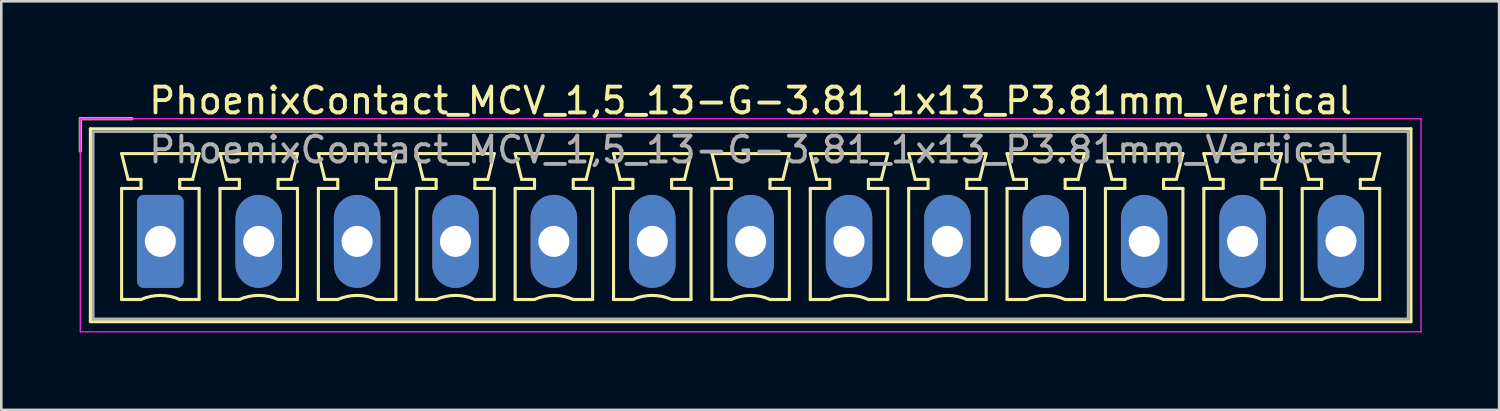
<source format=kicad_pcb>
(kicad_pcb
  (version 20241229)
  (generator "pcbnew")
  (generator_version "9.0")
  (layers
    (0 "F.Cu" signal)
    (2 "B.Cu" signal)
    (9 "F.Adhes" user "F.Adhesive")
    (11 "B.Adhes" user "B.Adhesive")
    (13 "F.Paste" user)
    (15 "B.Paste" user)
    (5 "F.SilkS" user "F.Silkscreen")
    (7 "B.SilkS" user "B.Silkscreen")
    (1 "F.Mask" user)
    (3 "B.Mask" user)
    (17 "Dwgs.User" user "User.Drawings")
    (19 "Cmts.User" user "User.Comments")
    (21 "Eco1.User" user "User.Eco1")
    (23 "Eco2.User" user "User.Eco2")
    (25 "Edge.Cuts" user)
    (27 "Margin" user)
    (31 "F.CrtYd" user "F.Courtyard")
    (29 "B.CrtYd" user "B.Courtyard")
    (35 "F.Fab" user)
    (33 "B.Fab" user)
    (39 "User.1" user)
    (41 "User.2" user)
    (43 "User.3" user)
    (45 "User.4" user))
  (footprint "PhoenixContact_MCV_1,5_13-G-3.81_1x13_P3.81mm_Vertical"
    (layer "F.Cu")
    (at 3.16 6.298)
    (property "Reference" "PhoenixContact_MCV_1,5_13-G-3.81_1x13_P3.81mm_Vertical" (at 22.86 -5.45 0) (layer "F.SilkS") (effects (font (size 1 1) (thickness 0.15))))
    (attr through_hole)
    (fp_line (start -3.1 -4.75) (end -1.1 -4.75) (stroke (width 0.12) (type solid)) (layer "F.SilkS"))
    (fp_line (start -3.1 -3.5) (end -3.1 -4.75) (stroke (width 0.12) (type solid)) (layer "F.SilkS"))
    (fp_line (start -2.71 -4.36) (end -2.71 3.11) (stroke (width 0.12) (type solid)) (layer "F.SilkS"))
    (fp_line (start -2.71 3.11) (end 48.43 3.11) (stroke (width 0.12) (type solid)) (layer "F.SilkS"))
    (fp_line (start -1.5 -3.4) (end 1.5 -3.4) (stroke (width 0.12) (type solid)) (layer "F.SilkS"))
    (fp_line (start -1.5 -2.05) (end -0.75 -2.05) (stroke (width 0.12) (type solid)) (layer "F.SilkS"))
    (fp_line (start -1.5 2.25) (end -1.5 -2.05) (stroke (width 0.12) (type solid)) (layer "F.SilkS"))
    (fp_line (start -1.25 -2.4) (end -1.5 -3.4) (stroke (width 0.12) (type solid)) (layer "F.SilkS"))
    (fp_line (start -0.75 -2.4) (end -1.25 -2.4) (stroke (width 0.12) (type solid)) (layer "F.SilkS"))
    (fp_line (start -0.75 -2.05) (end -0.75 -2.4) (stroke (width 0.12) (type solid)) (layer "F.SilkS"))
    (fp_line (start -0.75 2.25) (end -1.5 2.25) (stroke (width 0.12) (type solid)) (layer "F.SilkS"))
    (fp_line (start 0.75 -2.4) (end 0.75 -2.05) (stroke (width 0.12) (type solid)) (layer "F.SilkS"))
    (fp_line (start 0.75 -2.05) (end 1.5 -2.05) (stroke (width 0.12) (type solid)) (layer "F.SilkS"))
    (fp_line (start 1.25 -2.4) (end 0.75 -2.4) (stroke (width 0.12) (type solid)) (layer "F.SilkS"))
    (fp_line (start 1.5 -3.4) (end 1.25 -2.4) (stroke (width 0.12) (type solid)) (layer "F.SilkS"))
    (fp_line (start 1.5 -2.05) (end 1.5 2.25) (stroke (width 0.12) (type solid)) (layer "F.SilkS"))
    (fp_line (start 1.5 2.25) (end 0.75 2.25) (stroke (width 0.12) (type solid)) (layer "F.SilkS"))
    (fp_line (start 2.31 -3.4) (end 5.31 -3.4) (stroke (width 0.12) (type solid)) (layer "F.SilkS"))
    (fp_line (start 2.31 -2.05) (end 3.06 -2.05) (stroke (width 0.12) (type solid)) (layer "F.SilkS"))
    (fp_line (start 2.31 2.25) (end 2.31 -2.05) (stroke (width 0.12) (type solid)) (layer "F.SilkS"))
    (fp_line (start 2.56 -2.4) (end 2.31 -3.4) (stroke (width 0.12) (type solid)) (layer "F.SilkS"))
    (fp_line (start 3.06 -2.4) (end 2.56 -2.4) (stroke (width 0.12) (type solid)) (layer "F.SilkS"))
    (fp_line (start 3.06 -2.05) (end 3.06 -2.4) (stroke (width 0.12) (type solid)) (layer "F.SilkS"))
    (fp_line (start 3.06 2.25) (end 2.31 2.25) (stroke (width 0.12) (type solid)) (layer "F.SilkS"))
    (fp_line (start 4.56 -2.4) (end 4.56 -2.05) (stroke (width 0.12) (type solid)) (layer "F.SilkS"))
    (fp_line (start 4.56 -2.05) (end 5.31 -2.05) (stroke (width 0.12) (type solid)) (layer "F.SilkS"))
    (fp_line (start 5.06 -2.4) (end 4.56 -2.4) (stroke (width 0.12) (type solid)) (layer "F.SilkS"))
    (fp_line (start 5.31 -3.4) (end 5.06 -2.4) (stroke (width 0.12) (type solid)) (layer "F.SilkS"))
    (fp_line (start 5.31 -2.05) (end 5.31 2.25) (stroke (width 0.12) (type solid)) (layer "F.SilkS"))
    (fp_line (start 5.31 2.25) (end 4.56 2.25) (stroke (width 0.12) (type solid)) (layer "F.SilkS"))
    (fp_line (start 6.12 -3.4) (end 9.12 -3.4) (stroke (width 0.12) (type solid)) (layer "F.SilkS"))
    (fp_line (start 6.12 -2.05) (end 6.87 -2.05) (stroke (width 0.12) (type solid)) (layer "F.SilkS"))
    (fp_line (start 6.12 2.25) (end 6.12 -2.05) (stroke (width 0.12) (type solid)) (layer "F.SilkS"))
    (fp_line (start 6.37 -2.4) (end 6.12 -3.4) (stroke (width 0.12) (type solid)) (layer "F.SilkS"))
    (fp_line (start 6.87 -2.4) (end 6.37 -2.4) (stroke (width 0.12) (type solid)) (layer "F.SilkS"))
    (fp_line (start 6.87 -2.05) (end 6.87 -2.4) (stroke (width 0.12) (type solid)) (layer "F.SilkS"))
    (fp_line (start 6.87 2.25) (end 6.12 2.25) (stroke (width 0.12) (type solid)) (layer "F.SilkS"))
    (fp_line (start 8.37 -2.4) (end 8.37 -2.05) (stroke (width 0.12) (type solid)) (layer "F.SilkS"))
    (fp_line (start 8.37 -2.05) (end 9.12 -2.05) (stroke (width 0.12) (type solid)) (layer "F.SilkS"))
    (fp_line (start 8.87 -2.4) (end 8.37 -2.4) (stroke (width 0.12) (type solid)) (layer "F.SilkS"))
    (fp_line (start 9.12 -3.4) (end 8.87 -2.4) (stroke (width 0.12) (type solid)) (layer "F.SilkS"))
    (fp_line (start 9.12 -2.05) (end 9.12 2.25) (stroke (width 0.12) (type solid)) (layer "F.SilkS"))
    (fp_line (start 9.12 2.25) (end 8.37 2.25) (stroke (width 0.12) (type solid)) (layer "F.SilkS"))
    (fp_line (start 9.93 -3.4) (end 12.93 -3.4) (stroke (width 0.12) (type solid)) (layer "F.SilkS"))
    (fp_line (start 9.93 -2.05) (end 10.68 -2.05) (stroke (width 0.12) (type solid)) (layer "F.SilkS"))
    (fp_line (start 9.93 2.25) (end 9.93 -2.05) (stroke (width 0.12) (type solid)) (layer "F.SilkS"))
    (fp_line (start 10.18 -2.4) (end 9.93 -3.4) (stroke (width 0.12) (type solid)) (layer "F.SilkS"))
    (fp_line (start 10.68 -2.4) (end 10.18 -2.4) (stroke (width 0.12) (type solid)) (layer "F.SilkS"))
    (fp_line (start 10.68 -2.05) (end 10.68 -2.4) (stroke (width 0.12) (type solid)) (layer "F.SilkS"))
    (fp_line (start 10.68 2.25) (end 9.93 2.25) (stroke (width 0.12) (type solid)) (layer "F.SilkS"))
    (fp_line (start 12.18 -2.4) (end 12.18 -2.05) (stroke (width 0.12) (type solid)) (layer "F.SilkS"))
    (fp_line (start 12.18 -2.05) (end 12.93 -2.05) (stroke (width 0.12) (type solid)) (layer "F.SilkS"))
    (fp_line (start 12.68 -2.4) (end 12.18 -2.4) (stroke (width 0.12) (type solid)) (layer "F.SilkS"))
    (fp_line (start 12.93 -3.4) (end 12.68 -2.4) (stroke (width 0.12) (type solid)) (layer "F.SilkS"))
    (fp_line (start 12.93 -2.05) (end 12.93 2.25) (stroke (width 0.12) (type solid)) (layer "F.SilkS"))
    (fp_line (start 12.93 2.25) (end 12.18 2.25) (stroke (width 0.12) (type solid)) (layer "F.SilkS"))
    (fp_line (start 13.74 -3.4) (end 16.74 -3.4) (stroke (width 0.12) (type solid)) (layer "F.SilkS"))
    (fp_line (start 13.74 -2.05) (end 14.49 -2.05) (stroke (width 0.12) (type solid)) (layer "F.SilkS"))
    (fp_line (start 13.74 2.25) (end 13.74 -2.05) (stroke (width 0.12) (type solid)) (layer "F.SilkS"))
    (fp_line (start 13.99 -2.4) (end 13.74 -3.4) (stroke (width 0.12) (type solid)) (layer "F.SilkS"))
    (fp_line (start 14.49 -2.4) (end 13.99 -2.4) (stroke (width 0.12) (type solid)) (layer "F.SilkS"))
    (fp_line (start 14.49 -2.05) (end 14.49 -2.4) (stroke (width 0.12) (type solid)) (layer "F.SilkS"))
    (fp_line (start 14.49 2.25) (end 13.74 2.25) (stroke (width 0.12) (type solid)) (layer "F.SilkS"))
    (fp_line (start 15.99 -2.4) (end 15.99 -2.05) (stroke (width 0.12) (type solid)) (layer "F.SilkS"))
    (fp_line (start 15.99 -2.05) (end 16.74 -2.05) (stroke (width 0.12) (type solid)) (layer "F.SilkS"))
    (fp_line (start 16.49 -2.4) (end 15.99 -2.4) (stroke (width 0.12) (type solid)) (layer "F.SilkS"))
    (fp_line (start 16.74 -3.4) (end 16.49 -2.4) (stroke (width 0.12) (type solid)) (layer "F.SilkS"))
    (fp_line (start 16.74 -2.05) (end 16.74 2.25) (stroke (width 0.12) (type solid)) (layer "F.SilkS"))
    (fp_line (start 16.74 2.25) (end 15.99 2.25) (stroke (width 0.12) (type solid)) (layer "F.SilkS"))
    (fp_line (start 17.55 -3.4) (end 20.55 -3.4) (stroke (width 0.12) (type solid)) (layer "F.SilkS"))
    (fp_line (start 17.55 -2.05) (end 18.3 -2.05) (stroke (width 0.12) (type solid)) (layer "F.SilkS"))
    (fp_line (start 17.55 2.25) (end 17.55 -2.05) (stroke (width 0.12) (type solid)) (layer "F.SilkS"))
    (fp_line (start 17.8 -2.4) (end 17.55 -3.4) (stroke (width 0.12) (type solid)) (layer "F.SilkS"))
    (fp_line (start 18.3 -2.4) (end 17.8 -2.4) (stroke (width 0.12) (type solid)) (layer "F.SilkS"))
    (fp_line (start 18.3 -2.05) (end 18.3 -2.4) (stroke (width 0.12) (type solid)) (layer "F.SilkS"))
    (fp_line (start 18.3 2.25) (end 17.55 2.25) (stroke (width 0.12) (type solid)) (layer "F.SilkS"))
    (fp_line (start 19.8 -2.4) (end 19.8 -2.05) (stroke (width 0.12) (type solid)) (layer "F.SilkS"))
    (fp_line (start 19.8 -2.05) (end 20.55 -2.05) (stroke (width 0.12) (type solid)) (layer "F.SilkS"))
    (fp_line (start 20.3 -2.4) (end 19.8 -2.4) (stroke (width 0.12) (type solid)) (layer "F.SilkS"))
    (fp_line (start 20.55 -3.4) (end 20.3 -2.4) (stroke (width 0.12) (type solid)) (layer "F.SilkS"))
    (fp_line (start 20.55 -2.05) (end 20.55 2.25) (stroke (width 0.12) (type solid)) (layer "F.SilkS"))
    (fp_line (start 20.55 2.25) (end 19.8 2.25) (stroke (width 0.12) (type solid)) (layer "F.SilkS"))
    (fp_line (start 21.36 -3.4) (end 24.36 -3.4) (stroke (width 0.12) (type solid)) (layer "F.SilkS"))
    (fp_line (start 21.36 -2.05) (end 22.11 -2.05) (stroke (width 0.12) (type solid)) (layer "F.SilkS"))
    (fp_line (start 21.36 2.25) (end 21.36 -2.05) (stroke (width 0.12) (type solid)) (layer "F.SilkS"))
    (fp_line (start 21.61 -2.4) (end 21.36 -3.4) (stroke (width 0.12) (type solid)) (layer "F.SilkS"))
    (fp_line (start 22.11 -2.4) (end 21.61 -2.4) (stroke (width 0.12) (type solid)) (layer "F.SilkS"))
    (fp_line (start 22.11 -2.05) (end 22.11 -2.4) (stroke (width 0.12) (type solid)) (layer "F.SilkS"))
    (fp_line (start 22.11 2.25) (end 21.36 2.25) (stroke (width 0.12) (type solid)) (layer "F.SilkS"))
    (fp_line (start 23.61 -2.4) (end 23.61 -2.05) (stroke (width 0.12) (type solid)) (layer "F.SilkS"))
    (fp_line (start 23.61 -2.05) (end 24.36 -2.05) (stroke (width 0.12) (type solid)) (layer "F.SilkS"))
    (fp_line (start 24.11 -2.4) (end 23.61 -2.4) (stroke (width 0.12) (type solid)) (layer "F.SilkS"))
    (fp_line (start 24.36 -3.4) (end 24.11 -2.4) (stroke (width 0.12) (type solid)) (layer "F.SilkS"))
    (fp_line (start 24.36 -2.05) (end 24.36 2.25) (stroke (width 0.12) (type solid)) (layer "F.SilkS"))
    (fp_line (start 24.36 2.25) (end 23.61 2.25) (stroke (width 0.12) (type solid)) (layer "F.SilkS"))
    (fp_line (start 25.17 -3.4) (end 28.17 -3.4) (stroke (width 0.12) (type solid)) (layer "F.SilkS"))
    (fp_line (start 25.17 -2.05) (end 25.92 -2.05) (stroke (width 0.12) (type solid)) (layer "F.SilkS"))
    (fp_line (start 25.17 2.25) (end 25.17 -2.05) (stroke (width 0.12) (type solid)) (layer "F.SilkS"))
    (fp_line (start 25.42 -2.4) (end 25.17 -3.4) (stroke (width 0.12) (type solid)) (layer "F.SilkS"))
    (fp_line (start 25.92 -2.4) (end 25.42 -2.4) (stroke (width 0.12) (type solid)) (layer "F.SilkS"))
    (fp_line (start 25.92 -2.05) (end 25.92 -2.4) (stroke (width 0.12) (type solid)) (layer "F.SilkS"))
    (fp_line (start 25.92 2.25) (end 25.17 2.25) (stroke (width 0.12) (type solid)) (layer "F.SilkS"))
    (fp_line (start 27.42 -2.4) (end 27.42 -2.05) (stroke (width 0.12) (type solid)) (layer "F.SilkS"))
    (fp_line (start 27.42 -2.05) (end 28.17 -2.05) (stroke (width 0.12) (type solid)) (layer "F.SilkS"))
    (fp_line (start 27.92 -2.4) (end 27.42 -2.4) (stroke (width 0.12) (type solid)) (layer "F.SilkS"))
    (fp_line (start 28.17 -3.4) (end 27.92 -2.4) (stroke (width 0.12) (type solid)) (layer "F.SilkS"))
    (fp_line (start 28.17 -2.05) (end 28.17 2.25) (stroke (width 0.12) (type solid)) (layer "F.SilkS"))
    (fp_line (start 28.17 2.25) (end 27.42 2.25) (stroke (width 0.12) (type solid)) (layer "F.SilkS"))
    (fp_line (start 28.98 -3.4) (end 31.98 -3.4) (stroke (width 0.12) (type solid)) (layer "F.SilkS"))
    (fp_line (start 28.98 -2.05) (end 29.73 -2.05) (stroke (width 0.12) (type solid)) (layer "F.SilkS"))
    (fp_line (start 28.98 2.25) (end 28.98 -2.05) (stroke (width 0.12) (type solid)) (layer "F.SilkS"))
    (fp_line (start 29.23 -2.4) (end 28.98 -3.4) (stroke (width 0.12) (type solid)) (layer "F.SilkS"))
    (fp_line (start 29.73 -2.4) (end 29.23 -2.4) (stroke (width 0.12) (type solid)) (layer "F.SilkS"))
    (fp_line (start 29.73 -2.05) (end 29.73 -2.4) (stroke (width 0.12) (type solid)) (layer "F.SilkS"))
    (fp_line (start 29.73 2.25) (end 28.98 2.25) (stroke (width 0.12) (type solid)) (layer "F.SilkS"))
    (fp_line (start 31.23 -2.4) (end 31.23 -2.05) (stroke (width 0.12) (type solid)) (layer "F.SilkS"))
    (fp_line (start 31.23 -2.05) (end 31.98 -2.05) (stroke (width 0.12) (type solid)) (layer "F.SilkS"))
    (fp_line (start 31.73 -2.4) (end 31.23 -2.4) (stroke (width 0.12) (type solid)) (layer "F.SilkS"))
    (fp_line (start 31.98 -3.4) (end 31.73 -2.4) (stroke (width 0.12) (type solid)) (layer "F.SilkS"))
    (fp_line (start 31.98 -2.05) (end 31.98 2.25) (stroke (width 0.12) (type solid)) (layer "F.SilkS"))
    (fp_line (start 31.98 2.25) (end 31.23 2.25) (stroke (width 0.12) (type solid)) (layer "F.SilkS"))
    (fp_line (start 32.79 -3.4) (end 35.79 -3.4) (stroke (width 0.12) (type solid)) (layer "F.SilkS"))
    (fp_line (start 32.79 -2.05) (end 33.54 -2.05) (stroke (width 0.12) (type solid)) (layer "F.SilkS"))
    (fp_line (start 32.79 2.25) (end 32.79 -2.05) (stroke (width 0.12) (type solid)) (layer "F.SilkS"))
    (fp_line (start 33.04 -2.4) (end 32.79 -3.4) (stroke (width 0.12) (type solid)) (layer "F.SilkS"))
    (fp_line (start 33.54 -2.4) (end 33.04 -2.4) (stroke (width 0.12) (type solid)) (layer "F.SilkS"))
    (fp_line (start 33.54 -2.05) (end 33.54 -2.4) (stroke (width 0.12) (type solid)) (layer "F.SilkS"))
    (fp_line (start 33.54 2.25) (end 32.79 2.25) (stroke (width 0.12) (type solid)) (layer "F.SilkS"))
    (fp_line (start 35.04 -2.4) (end 35.04 -2.05) (stroke (width 0.12) (type solid)) (layer "F.SilkS"))
    (fp_line (start 35.04 -2.05) (end 35.79 -2.05) (stroke (width 0.12) (type solid)) (layer "F.SilkS"))
    (fp_line (start 35.54 -2.4) (end 35.04 -2.4) (stroke (width 0.12) (type solid)) (layer "F.SilkS"))
    (fp_line (start 35.79 -3.4) (end 35.54 -2.4) (stroke (width 0.12) (type solid)) (layer "F.SilkS"))
    (fp_line (start 35.79 -2.05) (end 35.79 2.25) (stroke (width 0.12) (type solid)) (layer "F.SilkS"))
    (fp_line (start 35.79 2.25) (end 35.04 2.25) (stroke (width 0.12) (type solid)) (layer "F.SilkS"))
    (fp_line (start 36.6 -3.4) (end 39.6 -3.4) (stroke (width 0.12) (type solid)) (layer "F.SilkS"))
    (fp_line (start 36.6 -2.05) (end 37.35 -2.05) (stroke (width 0.12) (type solid)) (layer "F.SilkS"))
    (fp_line (start 36.6 2.25) (end 36.6 -2.05) (stroke (width 0.12) (type solid)) (layer "F.SilkS"))
    (fp_line (start 36.85 -2.4) (end 36.6 -3.4) (stroke (width 0.12) (type solid)) (layer "F.SilkS"))
    (fp_line (start 37.35 -2.4) (end 36.85 -2.4) (stroke (width 0.12) (type solid)) (layer "F.SilkS"))
    (fp_line (start 37.35 -2.05) (end 37.35 -2.4) (stroke (width 0.12) (type solid)) (layer "F.SilkS"))
    (fp_line (start 37.35 2.25) (end 36.6 2.25) (stroke (width 0.12) (type solid)) (layer "F.SilkS"))
    (fp_line (start 38.85 -2.4) (end 38.85 -2.05) (stroke (width 0.12) (type solid)) (layer "F.SilkS"))
    (fp_line (start 38.85 -2.05) (end 39.6 -2.05) (stroke (width 0.12) (type solid)) (layer "F.SilkS"))
    (fp_line (start 39.35 -2.4) (end 38.85 -2.4) (stroke (width 0.12) (type solid)) (layer "F.SilkS"))
    (fp_line (start 39.6 -3.4) (end 39.35 -2.4) (stroke (width 0.12) (type solid)) (layer "F.SilkS"))
    (fp_line (start 39.6 -2.05) (end 39.6 2.25) (stroke (width 0.12) (type solid)) (layer "F.SilkS"))
    (fp_line (start 39.6 2.25) (end 38.85 2.25) (stroke (width 0.12) (type solid)) (layer "F.SilkS"))
    (fp_line (start 40.41 -3.4) (end 43.41 -3.4) (stroke (width 0.12) (type solid)) (layer "F.SilkS"))
    (fp_line (start 40.41 -2.05) (end 41.16 -2.05) (stroke (width 0.12) (type solid)) (layer "F.SilkS"))
    (fp_line (start 40.41 2.25) (end 40.41 -2.05) (stroke (width 0.12) (type solid)) (layer "F.SilkS"))
    (fp_line (start 40.66 -2.4) (end 40.41 -3.4) (stroke (width 0.12) (type solid)) (layer "F.SilkS"))
    (fp_line (start 41.16 -2.4) (end 40.66 -2.4) (stroke (width 0.12) (type solid)) (layer "F.SilkS"))
    (fp_line (start 41.16 -2.05) (end 41.16 -2.4) (stroke (width 0.12) (type solid)) (layer "F.SilkS"))
    (fp_line (start 41.16 2.25) (end 40.41 2.25) (stroke (width 0.12) (type solid)) (layer "F.SilkS"))
    (fp_line (start 42.66 -2.4) (end 42.66 -2.05) (stroke (width 0.12) (type solid)) (layer "F.SilkS"))
    (fp_line (start 42.66 -2.05) (end 43.41 -2.05) (stroke (width 0.12) (type solid)) (layer "F.SilkS"))
    (fp_line (start 43.16 -2.4) (end 42.66 -2.4) (stroke (width 0.12) (type solid)) (layer "F.SilkS"))
    (fp_line (start 43.41 -3.4) (end 43.16 -2.4) (stroke (width 0.12) (type solid)) (layer "F.SilkS"))
    (fp_line (start 43.41 -2.05) (end 43.41 2.25) (stroke (width 0.12) (type solid)) (layer "F.SilkS"))
    (fp_line (start 43.41 2.25) (end 42.66 2.25) (stroke (width 0.12) (type solid)) (layer "F.SilkS"))
    (fp_line (start 44.22 -3.4) (end 47.22 -3.4) (stroke (width 0.12) (type solid)) (layer "F.SilkS"))
    (fp_line (start 44.22 -2.05) (end 44.97 -2.05) (stroke (width 0.12) (type solid)) (layer "F.SilkS"))
    (fp_line (start 44.22 2.25) (end 44.22 -2.05) (stroke (width 0.12) (type solid)) (layer "F.SilkS"))
    (fp_line (start 44.47 -2.4) (end 44.22 -3.4) (stroke (width 0.12) (type solid)) (layer "F.SilkS"))
    (fp_line (start 44.97 -2.4) (end 44.47 -2.4) (stroke (width 0.12) (type solid)) (layer "F.SilkS"))
    (fp_line (start 44.97 -2.05) (end 44.97 -2.4) (stroke (width 0.12) (type solid)) (layer "F.SilkS"))
    (fp_line (start 44.97 2.25) (end 44.22 2.25) (stroke (width 0.12) (type solid)) (layer "F.SilkS"))
    (fp_line (start 46.47 -2.4) (end 46.47 -2.05) (stroke (width 0.12) (type solid)) (layer "F.SilkS"))
    (fp_line (start 46.47 -2.05) (end 47.22 -2.05) (stroke (width 0.12) (type solid)) (layer "F.SilkS"))
    (fp_line (start 46.97 -2.4) (end 46.47 -2.4) (stroke (width 0.12) (type solid)) (layer "F.SilkS"))
    (fp_line (start 47.22 -3.4) (end 46.97 -2.4) (stroke (width 0.12) (type solid)) (layer "F.SilkS"))
    (fp_line (start 47.22 -2.05) (end 47.22 2.25) (stroke (width 0.12) (type solid)) (layer "F.SilkS"))
    (fp_line (start 47.22 2.25) (end 46.47 2.25) (stroke (width 0.12) (type solid)) (layer "F.SilkS"))
    (fp_line (start 48.43 -4.36) (end -2.71 -4.36) (stroke (width 0.12) (type solid)) (layer "F.SilkS"))
    (fp_line (start 48.43 3.11) (end 48.43 -4.36) (stroke (width 0.12) (type solid)) (layer "F.SilkS"))
    (fp_arc (start -0.75 2.25) (mid -0.000193 2.09191) (end 0.749647 2.249844) (stroke (width 0.12) (type solid)) (layer "F.SilkS"))
    (fp_arc (start 3.06 2.25) (mid 3.809807 2.09191) (end 4.559647 2.249844) (stroke (width 0.12) (type solid)) (layer "F.SilkS"))
    (fp_arc (start 6.87 2.25) (mid 7.619807 2.09191) (end 8.369647 2.249844) (stroke (width 0.12) (type solid)) (layer "F.SilkS"))
    (fp_arc (start 10.68 2.25) (mid 11.429807 2.09191) (end 12.179647 2.249844) (stroke (width 0.12) (type solid)) (layer "F.SilkS"))
    (fp_arc (start 14.49 2.25) (mid 15.239807 2.09191) (end 15.989647 2.249844) (stroke (width 0.12) (type solid)) (layer "F.SilkS"))
    (fp_arc (start 18.3 2.25) (mid 19.049807 2.09191) (end 19.799647 2.249844) (stroke (width 0.12) (type solid)) (layer "F.SilkS"))
    (fp_arc (start 22.11 2.25) (mid 22.859807 2.09191) (end 23.609647 2.249844) (stroke (width 0.12) (type solid)) (layer "F.SilkS"))
    (fp_arc (start 25.92 2.25) (mid 26.669807 2.09191) (end 27.419647 2.249844) (stroke (width 0.12) (type solid)) (layer "F.SilkS"))
    (fp_arc (start 29.73 2.25) (mid 30.479807 2.09191) (end 31.229647 2.249844) (stroke (width 0.12) (type solid)) (layer "F.SilkS"))
    (fp_arc (start 33.54 2.25) (mid 34.289807 2.09191) (end 35.039647 2.249844) (stroke (width 0.12) (type solid)) (layer "F.SilkS"))
    (fp_arc (start 37.35 2.25) (mid 38.099807 2.09191) (end 38.849647 2.249844) (stroke (width 0.12) (type solid)) (layer "F.SilkS"))
    (fp_arc (start 41.16 2.25) (mid 41.909807 2.09191) (end 42.659647 2.249844) (stroke (width 0.12) (type solid)) (layer "F.SilkS"))
    (fp_arc (start 44.97 2.25) (mid 45.719807 2.09191) (end 46.469647 2.249844) (stroke (width 0.12) (type solid)) (layer "F.SilkS"))
    (fp_line (start -3.1 -4.75) (end -3.1 3.5) (stroke (width 0.05) (type solid)) (layer "F.CrtYd"))
    (fp_line (start -3.1 3.5) (end 48.82 3.5) (stroke (width 0.05) (type solid)) (layer "F.CrtYd"))
    (fp_line (start 48.82 -4.75) (end -3.1 -4.75) (stroke (width 0.05) (type solid)) (layer "F.CrtYd"))
    (fp_line (start 48.82 3.5) (end 48.82 -4.75) (stroke (width 0.05) (type solid)) (layer "F.CrtYd"))
    (fp_line (start -3.1 -4.75) (end -1.1 -4.75) (stroke (width 0.1) (type solid)) (layer "F.Fab"))
    (fp_line (start -3.1 -3.5) (end -3.1 -4.75) (stroke (width 0.1) (type solid)) (layer "F.Fab"))
    (fp_line (start -2.6 -4.25) (end -2.6 3) (stroke (width 0.1) (type solid)) (layer "F.Fab"))
    (fp_line (start -2.6 3) (end 48.32 3) (stroke (width 0.1) (type solid)) (layer "F.Fab"))
    (fp_line (start 48.32 -4.25) (end -2.6 -4.25) (stroke (width 0.1) (type solid)) (layer "F.Fab"))
    (fp_line (start 48.32 3) (end 48.32 -4.25) (stroke (width 0.1) (type solid)) (layer "F.Fab"))
    (fp_text user "${REFERENCE}" (at 22.86 -3.55 0) (layer "F.Fab") (effects (font (size 1 1) (thickness 0.15))))
    (pad "1" thru_hole roundrect (at 0 0) (size 1.8 3.6) (drill 1.2) (layers "*.Cu" "*.Mask") (roundrect_rratio 0.139))
    (pad "2" thru_hole oval (at 3.81 0) (size 1.8 3.6) (drill 1.2) (layers "*.Cu" "*.Mask"))
    (pad "3" thru_hole oval (at 7.62 0) (size 1.8 3.6) (drill 1.2) (layers "*.Cu" "*.Mask"))
    (pad "4" thru_hole oval (at 11.43 0) (size 1.8 3.6) (drill 1.2) (layers "*.Cu" "*.Mask"))
    (pad "5" thru_hole oval (at 15.24 0) (size 1.8 3.6) (drill 1.2) (layers "*.Cu" "*.Mask"))
    (pad "6" thru_hole oval (at 19.05 0) (size 1.8 3.6) (drill 1.2) (layers "*.Cu" "*.Mask"))
    (pad "7" thru_hole oval (at 22.86 0) (size 1.8 3.6) (drill 1.2) (layers "*.Cu" "*.Mask"))
    (pad "8" thru_hole oval (at 26.67 0) (size 1.8 3.6) (drill 1.2) (layers "*.Cu" "*.Mask"))
    (pad "9" thru_hole oval (at 30.48 0) (size 1.8 3.6) (drill 1.2) (layers "*.Cu" "*.Mask"))
    (pad "10" thru_hole oval (at 34.29 0) (size 1.8 3.6) (drill 1.2) (layers "*.Cu" "*.Mask"))
    (pad "11" thru_hole oval (at 38.1 0) (size 1.8 3.6) (drill 1.2) (layers "*.Cu" "*.Mask"))
    (pad "12" thru_hole oval (at 41.91 0) (size 1.8 3.6) (drill 1.2) (layers "*.Cu" "*.Mask"))
    (pad "13" thru_hole oval (at 45.72 0) (size 1.8 3.6) (drill 1.2) (layers "*.Cu" "*.Mask")))
  (gr_rect
    (start -3 -3)
    (end 55.005 12.823)
    (stroke (width 0.1) (type default))
    (fill no)
    (layer "Edge.Cuts")))
</source>
